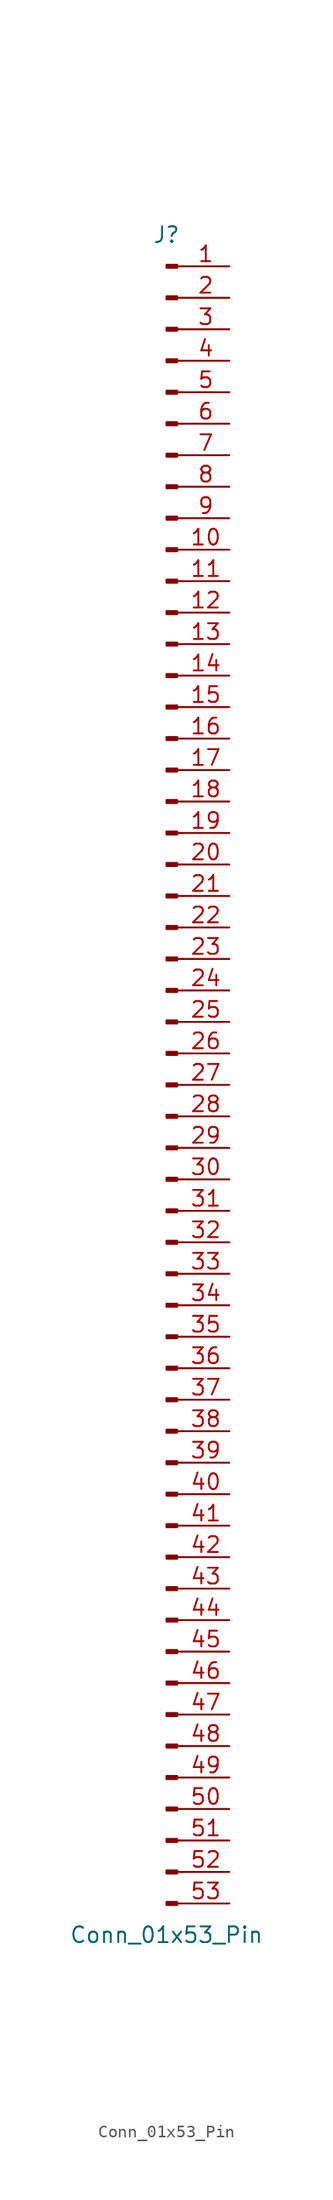
<source format=kicad_sym>
(kicad_symbol_lib
  (version 20241209)
  (generator "kicad_symbol_editor")
  (generator_version "9.0")
  (symbol "Conn_01x53_Pin"
    (pin_names
      (offset 1.016)
      (hide yes))
    (property "Reference" "J"
      (at 0 68.58 0)
      (effects (font (size 1.27 1.27))))
    (property "Value" "Conn_01x53_Pin"
      (at 0 -68.58 0)
      (effects (font (size 1.27 1.27))))
    (property "ki_locked" ""
      (at 0 0 0)
      (effects (font (size 1.27 1.27))))
    (symbol "Conn_01x53_Pin_1_1"
      (rectangle (start 0.864 66.167) (end 0 65.913) (stroke (width 0.152) (type default)) (fill (type outline)))
      (rectangle (start 0.864 63.627) (end 0 63.373) (stroke (width 0.152) (type default)) (fill (type outline)))
      (rectangle (start 0.864 61.087) (end 0 60.833) (stroke (width 0.152) (type default)) (fill (type outline)))
      (rectangle (start 0.864 58.547) (end 0 58.293) (stroke (width 0.152) (type default)) (fill (type outline)))
      (rectangle (start 0.864 56.007) (end 0 55.753) (stroke (width 0.152) (type default)) (fill (type outline)))
      (rectangle (start 0.864 53.467) (end 0 53.213) (stroke (width 0.152) (type default)) (fill (type outline)))
      (rectangle (start 0.864 50.927) (end 0 50.673) (stroke (width 0.152) (type default)) (fill (type outline)))
      (rectangle (start 0.864 48.387) (end 0 48.133) (stroke (width 0.152) (type default)) (fill (type outline)))
      (rectangle (start 0.864 45.847) (end 0 45.593) (stroke (width 0.152) (type default)) (fill (type outline)))
      (rectangle (start 0.864 43.307) (end 0 43.053) (stroke (width 0.152) (type default)) (fill (type outline)))
      (rectangle (start 0.864 40.767) (end 0 40.513) (stroke (width 0.152) (type default)) (fill (type outline)))
      (rectangle (start 0.864 38.227) (end 0 37.973) (stroke (width 0.152) (type default)) (fill (type outline)))
      (rectangle (start 0.864 35.687) (end 0 35.433) (stroke (width 0.152) (type default)) (fill (type outline)))
      (rectangle (start 0.864 33.147) (end 0 32.893) (stroke (width 0.152) (type default)) (fill (type outline)))
      (rectangle (start 0.864 30.607) (end 0 30.353) (stroke (width 0.152) (type default)) (fill (type outline)))
      (rectangle (start 0.864 28.067) (end 0 27.813) (stroke (width 0.152) (type default)) (fill (type outline)))
      (rectangle (start 0.864 25.527) (end 0 25.273) (stroke (width 0.152) (type default)) (fill (type outline)))
      (rectangle (start 0.864 22.987) (end 0 22.733) (stroke (width 0.152) (type default)) (fill (type outline)))
      (rectangle (start 0.864 20.447) (end 0 20.193) (stroke (width 0.152) (type default)) (fill (type outline)))
      (rectangle (start 0.864 17.907) (end 0 17.653) (stroke (width 0.152) (type default)) (fill (type outline)))
      (rectangle (start 0.864 15.367) (end 0 15.113) (stroke (width 0.152) (type default)) (fill (type outline)))
      (rectangle (start 0.864 12.827) (end 0 12.573) (stroke (width 0.152) (type default)) (fill (type outline)))
      (rectangle (start 0.864 10.287) (end 0 10.033) (stroke (width 0.152) (type default)) (fill (type outline)))
      (rectangle (start 0.864 7.747) (end 0 7.493) (stroke (width 0.152) (type default)) (fill (type outline)))
      (rectangle (start 0.864 5.207) (end 0 4.953) (stroke (width 0.152) (type default)) (fill (type outline)))
      (rectangle (start 0.864 2.667) (end 0 2.413) (stroke (width 0.152) (type default)) (fill (type outline)))
      (rectangle (start 0.864 0.127) (end 0 -0.127) (stroke (width 0.152) (type default)) (fill (type outline)))
      (rectangle (start 0.864 -2.413) (end 0 -2.667) (stroke (width 0.152) (type default)) (fill (type outline)))
      (rectangle (start 0.864 -4.953) (end 0 -5.207) (stroke (width 0.152) (type default)) (fill (type outline)))
      (rectangle (start 0.864 -7.493) (end 0 -7.747) (stroke (width 0.152) (type default)) (fill (type outline)))
      (rectangle (start 0.864 -10.033) (end 0 -10.287) (stroke (width 0.152) (type default)) (fill (type outline)))
      (rectangle (start 0.864 -12.573) (end 0 -12.827) (stroke (width 0.152) (type default)) (fill (type outline)))
      (rectangle (start 0.864 -15.113) (end 0 -15.367) (stroke (width 0.152) (type default)) (fill (type outline)))
      (rectangle (start 0.864 -17.653) (end 0 -17.907) (stroke (width 0.152) (type default)) (fill (type outline)))
      (rectangle (start 0.864 -20.193) (end 0 -20.447) (stroke (width 0.152) (type default)) (fill (type outline)))
      (rectangle (start 0.864 -22.733) (end 0 -22.987) (stroke (width 0.152) (type default)) (fill (type outline)))
      (rectangle (start 0.864 -25.273) (end 0 -25.527) (stroke (width 0.152) (type default)) (fill (type outline)))
      (rectangle (start 0.864 -27.813) (end 0 -28.067) (stroke (width 0.152) (type default)) (fill (type outline)))
      (rectangle (start 0.864 -30.353) (end 0 -30.607) (stroke (width 0.152) (type default)) (fill (type outline)))
      (rectangle (start 0.864 -32.893) (end 0 -33.147) (stroke (width 0.152) (type default)) (fill (type outline)))
      (rectangle (start 0.864 -35.433) (end 0 -35.687) (stroke (width 0.152) (type default)) (fill (type outline)))
      (rectangle (start 0.864 -37.973) (end 0 -38.227) (stroke (width 0.152) (type default)) (fill (type outline)))
      (rectangle (start 0.864 -40.513) (end 0 -40.767) (stroke (width 0.152) (type default)) (fill (type outline)))
      (rectangle (start 0.864 -43.053) (end 0 -43.307) (stroke (width 0.152) (type default)) (fill (type outline)))
      (rectangle (start 0.864 -45.593) (end 0 -45.847) (stroke (width 0.152) (type default)) (fill (type outline)))
      (rectangle (start 0.864 -48.133) (end 0 -48.387) (stroke (width 0.152) (type default)) (fill (type outline)))
      (rectangle (start 0.864 -50.673) (end 0 -50.927) (stroke (width 0.152) (type default)) (fill (type outline)))
      (rectangle (start 0.864 -53.213) (end 0 -53.467) (stroke (width 0.152) (type default)) (fill (type outline)))
      (rectangle (start 0.864 -55.753) (end 0 -56.007) (stroke (width 0.152) (type default)) (fill (type outline)))
      (rectangle (start 0.864 -58.293) (end 0 -58.547) (stroke (width 0.152) (type default)) (fill (type outline)))
      (rectangle (start 0.864 -60.833) (end 0 -61.087) (stroke (width 0.152) (type default)) (fill (type outline)))
      (rectangle (start 0.864 -63.373) (end 0 -63.627) (stroke (width 0.152) (type default)) (fill (type outline)))
      (rectangle (start 0.864 -65.913) (end 0 -66.167) (stroke (width 0.152) (type default)) (fill (type outline)))
      (polyline (pts (xy 1.27 66.04) (xy 0.864 66.04)) (stroke (width 0.152) (type default)) (fill (type none)))
      (polyline (pts (xy 1.27 63.5) (xy 0.864 63.5)) (stroke (width 0.152) (type default)) (fill (type none)))
      (polyline (pts (xy 1.27 60.96) (xy 0.864 60.96)) (stroke (width 0.152) (type default)) (fill (type none)))
      (polyline (pts (xy 1.27 58.42) (xy 0.864 58.42)) (stroke (width 0.152) (type default)) (fill (type none)))
      (polyline (pts (xy 1.27 55.88) (xy 0.864 55.88)) (stroke (width 0.152) (type default)) (fill (type none)))
      (polyline (pts (xy 1.27 53.34) (xy 0.864 53.34)) (stroke (width 0.152) (type default)) (fill (type none)))
      (polyline (pts (xy 1.27 50.8) (xy 0.864 50.8)) (stroke (width 0.152) (type default)) (fill (type none)))
      (polyline (pts (xy 1.27 48.26) (xy 0.864 48.26)) (stroke (width 0.152) (type default)) (fill (type none)))
      (polyline (pts (xy 1.27 45.72) (xy 0.864 45.72)) (stroke (width 0.152) (type default)) (fill (type none)))
      (polyline (pts (xy 1.27 43.18) (xy 0.864 43.18)) (stroke (width 0.152) (type default)) (fill (type none)))
      (polyline (pts (xy 1.27 40.64) (xy 0.864 40.64)) (stroke (width 0.152) (type default)) (fill (type none)))
      (polyline (pts (xy 1.27 38.1) (xy 0.864 38.1)) (stroke (width 0.152) (type default)) (fill (type none)))
      (polyline (pts (xy 1.27 35.56) (xy 0.864 35.56)) (stroke (width 0.152) (type default)) (fill (type none)))
      (polyline (pts (xy 1.27 33.02) (xy 0.864 33.02)) (stroke (width 0.152) (type default)) (fill (type none)))
      (polyline (pts (xy 1.27 30.48) (xy 0.864 30.48)) (stroke (width 0.152) (type default)) (fill (type none)))
      (polyline (pts (xy 1.27 27.94) (xy 0.864 27.94)) (stroke (width 0.152) (type default)) (fill (type none)))
      (polyline (pts (xy 1.27 25.4) (xy 0.864 25.4)) (stroke (width 0.152) (type default)) (fill (type none)))
      (polyline (pts (xy 1.27 22.86) (xy 0.864 22.86)) (stroke (width 0.152) (type default)) (fill (type none)))
      (polyline (pts (xy 1.27 20.32) (xy 0.864 20.32)) (stroke (width 0.152) (type default)) (fill (type none)))
      (polyline (pts (xy 1.27 17.78) (xy 0.864 17.78)) (stroke (width 0.152) (type default)) (fill (type none)))
      (polyline (pts (xy 1.27 15.24) (xy 0.864 15.24)) (stroke (width 0.152) (type default)) (fill (type none)))
      (polyline (pts (xy 1.27 12.7) (xy 0.864 12.7)) (stroke (width 0.152) (type default)) (fill (type none)))
      (polyline (pts (xy 1.27 10.16) (xy 0.864 10.16)) (stroke (width 0.152) (type default)) (fill (type none)))
      (polyline (pts (xy 1.27 7.62) (xy 0.864 7.62)) (stroke (width 0.152) (type default)) (fill (type none)))
      (polyline (pts (xy 1.27 5.08) (xy 0.864 5.08)) (stroke (width 0.152) (type default)) (fill (type none)))
      (polyline (pts (xy 1.27 2.54) (xy 0.864 2.54)) (stroke (width 0.152) (type default)) (fill (type none)))
      (polyline (pts (xy 1.27 0) (xy 0.864 0)) (stroke (width 0.152) (type default)) (fill (type none)))
      (polyline (pts (xy 1.27 -2.54) (xy 0.864 -2.54)) (stroke (width 0.152) (type default)) (fill (type none)))
      (polyline (pts (xy 1.27 -5.08) (xy 0.864 -5.08)) (stroke (width 0.152) (type default)) (fill (type none)))
      (polyline (pts (xy 1.27 -7.62) (xy 0.864 -7.62)) (stroke (width 0.152) (type default)) (fill (type none)))
      (polyline (pts (xy 1.27 -10.16) (xy 0.864 -10.16)) (stroke (width 0.152) (type default)) (fill (type none)))
      (polyline (pts (xy 1.27 -12.7) (xy 0.864 -12.7)) (stroke (width 0.152) (type default)) (fill (type none)))
      (polyline (pts (xy 1.27 -15.24) (xy 0.864 -15.24)) (stroke (width 0.152) (type default)) (fill (type none)))
      (polyline (pts (xy 1.27 -17.78) (xy 0.864 -17.78)) (stroke (width 0.152) (type default)) (fill (type none)))
      (polyline (pts (xy 1.27 -20.32) (xy 0.864 -20.32)) (stroke (width 0.152) (type default)) (fill (type none)))
      (polyline (pts (xy 1.27 -22.86) (xy 0.864 -22.86)) (stroke (width 0.152) (type default)) (fill (type none)))
      (polyline (pts (xy 1.27 -25.4) (xy 0.864 -25.4)) (stroke (width 0.152) (type default)) (fill (type none)))
      (polyline (pts (xy 1.27 -27.94) (xy 0.864 -27.94)) (stroke (width 0.152) (type default)) (fill (type none)))
      (polyline (pts (xy 1.27 -30.48) (xy 0.864 -30.48)) (stroke (width 0.152) (type default)) (fill (type none)))
      (polyline (pts (xy 1.27 -33.02) (xy 0.864 -33.02)) (stroke (width 0.152) (type default)) (fill (type none)))
      (polyline (pts (xy 1.27 -35.56) (xy 0.864 -35.56)) (stroke (width 0.152) (type default)) (fill (type none)))
      (polyline (pts (xy 1.27 -38.1) (xy 0.864 -38.1)) (stroke (width 0.152) (type default)) (fill (type none)))
      (polyline (pts (xy 1.27 -40.64) (xy 0.864 -40.64)) (stroke (width 0.152) (type default)) (fill (type none)))
      (polyline (pts (xy 1.27 -43.18) (xy 0.864 -43.18)) (stroke (width 0.152) (type default)) (fill (type none)))
      (polyline (pts (xy 1.27 -45.72) (xy 0.864 -45.72)) (stroke (width 0.152) (type default)) (fill (type none)))
      (polyline (pts (xy 1.27 -48.26) (xy 0.864 -48.26)) (stroke (width 0.152) (type default)) (fill (type none)))
      (polyline (pts (xy 1.27 -50.8) (xy 0.864 -50.8)) (stroke (width 0.152) (type default)) (fill (type none)))
      (polyline (pts (xy 1.27 -53.34) (xy 0.864 -53.34)) (stroke (width 0.152) (type default)) (fill (type none)))
      (polyline (pts (xy 1.27 -55.88) (xy 0.864 -55.88)) (stroke (width 0.152) (type default)) (fill (type none)))
      (polyline (pts (xy 1.27 -58.42) (xy 0.864 -58.42)) (stroke (width 0.152) (type default)) (fill (type none)))
      (polyline (pts (xy 1.27 -60.96) (xy 0.864 -60.96)) (stroke (width 0.152) (type default)) (fill (type none)))
      (polyline (pts (xy 1.27 -63.5) (xy 0.864 -63.5)) (stroke (width 0.152) (type default)) (fill (type none)))
      (polyline (pts (xy 1.27 -66.04) (xy 0.864 -66.04)) (stroke (width 0.152) (type default)) (fill (type none)))
      (pin passive line (at 5.08 66.04 180) (length 3.81) (name "Pin_1" (effects (font (size 1.27 1.27)))) (number "1" (effects (font (size 1.27 1.27)))))
      (pin passive line (at 5.08 63.5 180) (length 3.81) (name "Pin_2" (effects (font (size 1.27 1.27)))) (number "2" (effects (font (size 1.27 1.27)))))
      (pin passive line (at 5.08 60.96 180) (length 3.81) (name "Pin_3" (effects (font (size 1.27 1.27)))) (number "3" (effects (font (size 1.27 1.27)))))
      (pin passive line (at 5.08 58.42 180) (length 3.81) (name "Pin_4" (effects (font (size 1.27 1.27)))) (number "4" (effects (font (size 1.27 1.27)))))
      (pin passive line (at 5.08 55.88 180) (length 3.81) (name "Pin_5" (effects (font (size 1.27 1.27)))) (number "5" (effects (font (size 1.27 1.27)))))
      (pin passive line (at 5.08 53.34 180) (length 3.81) (name "Pin_6" (effects (font (size 1.27 1.27)))) (number "6" (effects (font (size 1.27 1.27)))))
      (pin passive line (at 5.08 50.8 180) (length 3.81) (name "Pin_7" (effects (font (size 1.27 1.27)))) (number "7" (effects (font (size 1.27 1.27)))))
      (pin passive line (at 5.08 48.26 180) (length 3.81) (name "Pin_8" (effects (font (size 1.27 1.27)))) (number "8" (effects (font (size 1.27 1.27)))))
      (pin passive line (at 5.08 45.72 180) (length 3.81) (name "Pin_9" (effects (font (size 1.27 1.27)))) (number "9" (effects (font (size 1.27 1.27)))))
      (pin passive line (at 5.08 43.18 180) (length 3.81) (name "Pin_10" (effects (font (size 1.27 1.27)))) (number "10" (effects (font (size 1.27 1.27)))))
      (pin passive line (at 5.08 40.64 180) (length 3.81) (name "Pin_11" (effects (font (size 1.27 1.27)))) (number "11" (effects (font (size 1.27 1.27)))))
      (pin passive line (at 5.08 38.1 180) (length 3.81) (name "Pin_12" (effects (font (size 1.27 1.27)))) (number "12" (effects (font (size 1.27 1.27)))))
      (pin passive line (at 5.08 35.56 180) (length 3.81) (name "Pin_13" (effects (font (size 1.27 1.27)))) (number "13" (effects (font (size 1.27 1.27)))))
      (pin passive line (at 5.08 33.02 180) (length 3.81) (name "Pin_14" (effects (font (size 1.27 1.27)))) (number "14" (effects (font (size 1.27 1.27)))))
      (pin passive line (at 5.08 30.48 180) (length 3.81) (name "Pin_15" (effects (font (size 1.27 1.27)))) (number "15" (effects (font (size 1.27 1.27)))))
      (pin passive line (at 5.08 27.94 180) (length 3.81) (name "Pin_16" (effects (font (size 1.27 1.27)))) (number "16" (effects (font (size 1.27 1.27)))))
      (pin passive line (at 5.08 25.4 180) (length 3.81) (name "Pin_17" (effects (font (size 1.27 1.27)))) (number "17" (effects (font (size 1.27 1.27)))))
      (pin passive line (at 5.08 22.86 180) (length 3.81) (name "Pin_18" (effects (font (size 1.27 1.27)))) (number "18" (effects (font (size 1.27 1.27)))))
      (pin passive line (at 5.08 20.32 180) (length 3.81) (name "Pin_19" (effects (font (size 1.27 1.27)))) (number "19" (effects (font (size 1.27 1.27)))))
      (pin passive line (at 5.08 17.78 180) (length 3.81) (name "Pin_20" (effects (font (size 1.27 1.27)))) (number "20" (effects (font (size 1.27 1.27)))))
      (pin passive line (at 5.08 15.24 180) (length 3.81) (name "Pin_21" (effects (font (size 1.27 1.27)))) (number "21" (effects (font (size 1.27 1.27)))))
      (pin passive line (at 5.08 12.7 180) (length 3.81) (name "Pin_22" (effects (font (size 1.27 1.27)))) (number "22" (effects (font (size 1.27 1.27)))))
      (pin passive line (at 5.08 10.16 180) (length 3.81) (name "Pin_23" (effects (font (size 1.27 1.27)))) (number "23" (effects (font (size 1.27 1.27)))))
      (pin passive line (at 5.08 7.62 180) (length 3.81) (name "Pin_24" (effects (font (size 1.27 1.27)))) (number "24" (effects (font (size 1.27 1.27)))))
      (pin passive line (at 5.08 5.08 180) (length 3.81) (name "Pin_25" (effects (font (size 1.27 1.27)))) (number "25" (effects (font (size 1.27 1.27)))))
      (pin passive line (at 5.08 2.54 180) (length 3.81) (name "Pin_26" (effects (font (size 1.27 1.27)))) (number "26" (effects (font (size 1.27 1.27)))))
      (pin passive line (at 5.08 0 180) (length 3.81) (name "Pin_27" (effects (font (size 1.27 1.27)))) (number "27" (effects (font (size 1.27 1.27)))))
      (pin passive line (at 5.08 -2.54 180) (length 3.81) (name "Pin_28" (effects (font (size 1.27 1.27)))) (number "28" (effects (font (size 1.27 1.27)))))
      (pin passive line (at 5.08 -5.08 180) (length 3.81) (name "Pin_29" (effects (font (size 1.27 1.27)))) (number "29" (effects (font (size 1.27 1.27)))))
      (pin passive line (at 5.08 -7.62 180) (length 3.81) (name "Pin_30" (effects (font (size 1.27 1.27)))) (number "30" (effects (font (size 1.27 1.27)))))
      (pin passive line (at 5.08 -10.16 180) (length 3.81) (name "Pin_31" (effects (font (size 1.27 1.27)))) (number "31" (effects (font (size 1.27 1.27)))))
      (pin passive line (at 5.08 -12.7 180) (length 3.81) (name "Pin_32" (effects (font (size 1.27 1.27)))) (number "32" (effects (font (size 1.27 1.27)))))
      (pin passive line (at 5.08 -15.24 180) (length 3.81) (name "Pin_33" (effects (font (size 1.27 1.27)))) (number "33" (effects (font (size 1.27 1.27)))))
      (pin passive line (at 5.08 -17.78 180) (length 3.81) (name "Pin_34" (effects (font (size 1.27 1.27)))) (number "34" (effects (font (size 1.27 1.27)))))
      (pin passive line (at 5.08 -20.32 180) (length 3.81) (name "Pin_35" (effects (font (size 1.27 1.27)))) (number "35" (effects (font (size 1.27 1.27)))))
      (pin passive line (at 5.08 -22.86 180) (length 3.81) (name "Pin_36" (effects (font (size 1.27 1.27)))) (number "36" (effects (font (size 1.27 1.27)))))
      (pin passive line (at 5.08 -25.4 180) (length 3.81) (name "Pin_37" (effects (font (size 1.27 1.27)))) (number "37" (effects (font (size 1.27 1.27)))))
      (pin passive line (at 5.08 -27.94 180) (length 3.81) (name "Pin_38" (effects (font (size 1.27 1.27)))) (number "38" (effects (font (size 1.27 1.27)))))
      (pin passive line (at 5.08 -30.48 180) (length 3.81) (name "Pin_39" (effects (font (size 1.27 1.27)))) (number "39" (effects (font (size 1.27 1.27)))))
      (pin passive line (at 5.08 -33.02 180) (length 3.81) (name "Pin_40" (effects (font (size 1.27 1.27)))) (number "40" (effects (font (size 1.27 1.27)))))
      (pin passive line (at 5.08 -35.56 180) (length 3.81) (name "Pin_41" (effects (font (size 1.27 1.27)))) (number "41" (effects (font (size 1.27 1.27)))))
      (pin passive line (at 5.08 -38.1 180) (length 3.81) (name "Pin_42" (effects (font (size 1.27 1.27)))) (number "42" (effects (font (size 1.27 1.27)))))
      (pin passive line (at 5.08 -40.64 180) (length 3.81) (name "Pin_43" (effects (font (size 1.27 1.27)))) (number "43" (effects (font (size 1.27 1.27)))))
      (pin passive line (at 5.08 -43.18 180) (length 3.81) (name "Pin_44" (effects (font (size 1.27 1.27)))) (number "44" (effects (font (size 1.27 1.27)))))
      (pin passive line (at 5.08 -45.72 180) (length 3.81) (name "Pin_45" (effects (font (size 1.27 1.27)))) (number "45" (effects (font (size 1.27 1.27)))))
      (pin passive line (at 5.08 -48.26 180) (length 3.81) (name "Pin_46" (effects (font (size 1.27 1.27)))) (number "46" (effects (font (size 1.27 1.27)))))
      (pin passive line (at 5.08 -50.8 180) (length 3.81) (name "Pin_47" (effects (font (size 1.27 1.27)))) (number "47" (effects (font (size 1.27 1.27)))))
      (pin passive line (at 5.08 -53.34 180) (length 3.81) (name "Pin_48" (effects (font (size 1.27 1.27)))) (number "48" (effects (font (size 1.27 1.27)))))
      (pin passive line (at 5.08 -55.88 180) (length 3.81) (name "Pin_49" (effects (font (size 1.27 1.27)))) (number "49" (effects (font (size 1.27 1.27)))))
      (pin passive line (at 5.08 -58.42 180) (length 3.81) (name "Pin_50" (effects (font (size 1.27 1.27)))) (number "50" (effects (font (size 1.27 1.27)))))
      (pin passive line (at 5.08 -60.96 180) (length 3.81) (name "Pin_51" (effects (font (size 1.27 1.27)))) (number "51" (effects (font (size 1.27 1.27)))))
      (pin passive line (at 5.08 -63.5 180) (length 3.81) (name "Pin_52" (effects (font (size 1.27 1.27)))) (number "52" (effects (font (size 1.27 1.27)))))
      (pin passive line (at 5.08 -66.04 180) (length 3.81) (name "Pin_53" (effects (font (size 1.27 1.27)))) (number "53" (effects (font (size 1.27 1.27))))))))
</source>
